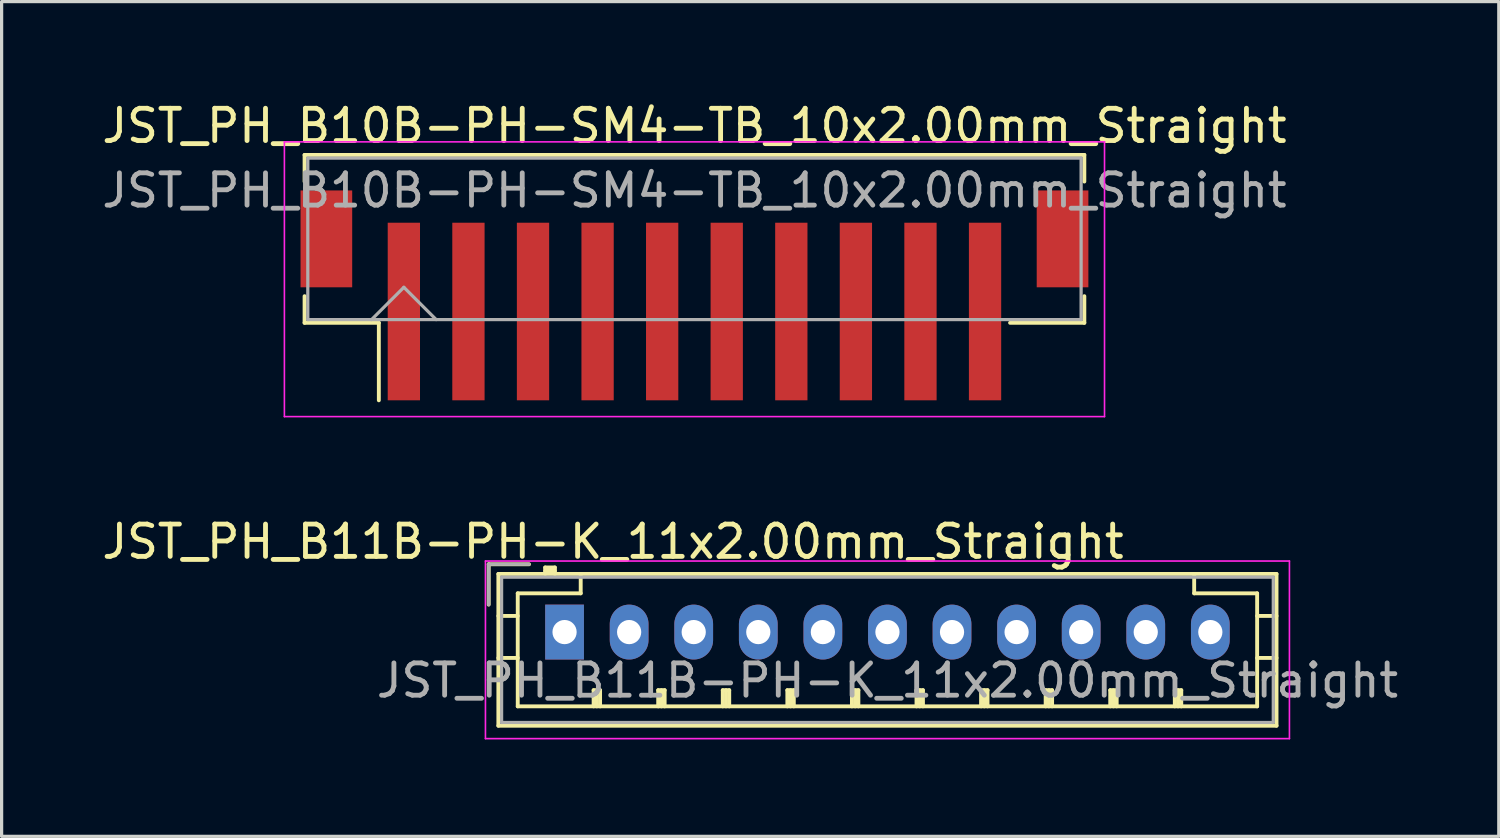
<source format=kicad_pcb>
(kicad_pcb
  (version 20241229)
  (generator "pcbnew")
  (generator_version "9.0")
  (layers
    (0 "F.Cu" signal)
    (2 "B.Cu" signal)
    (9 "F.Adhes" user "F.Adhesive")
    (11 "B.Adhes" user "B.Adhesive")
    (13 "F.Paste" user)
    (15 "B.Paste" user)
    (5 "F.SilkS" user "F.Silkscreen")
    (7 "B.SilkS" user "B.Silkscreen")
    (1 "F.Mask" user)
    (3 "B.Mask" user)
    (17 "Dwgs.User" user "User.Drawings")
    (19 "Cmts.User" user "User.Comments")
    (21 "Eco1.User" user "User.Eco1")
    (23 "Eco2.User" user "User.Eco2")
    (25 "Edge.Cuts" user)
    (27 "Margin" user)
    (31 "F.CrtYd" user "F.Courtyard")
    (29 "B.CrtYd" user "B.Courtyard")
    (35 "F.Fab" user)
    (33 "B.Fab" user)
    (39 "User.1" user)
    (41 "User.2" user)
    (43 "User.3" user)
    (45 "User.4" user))
  (footprint "JST_PH_B10B-PH-SM4-TB_10x2.00mm_Straight"
    (layer "F.Cu")
    (at 18.458 5.473)
    (property "Reference" "JST_PH_B10B-PH-SM4-TB_10x2.00mm_Straight" (at 0 -4.625 0) (layer "F.SilkS") (effects (font (size 1 1) (thickness 0.15))))
    (attr smd)
    (fp_line (start -12.075 -3.725) (end 12.075 -3.725) (stroke (width 0.12) (type solid)) (layer "F.SilkS"))
    (fp_line (start -12.075 -2.9) (end -12.075 -3.725) (stroke (width 0.12) (type solid)) (layer "F.SilkS"))
    (fp_line (start -12.075 0.65) (end -12.075 1.475) (stroke (width 0.12) (type solid)) (layer "F.SilkS"))
    (fp_line (start -12.075 1.475) (end -9.775 1.475) (stroke (width 0.12) (type solid)) (layer "F.SilkS"))
    (fp_line (start -9.775 1.475) (end -9.775 3.875) (stroke (width 0.12) (type solid)) (layer "F.SilkS"))
    (fp_line (start 12.075 -3.725) (end 12.075 -2.9) (stroke (width 0.12) (type solid)) (layer "F.SilkS"))
    (fp_line (start 12.075 0.65) (end 12.075 1.475) (stroke (width 0.12) (type solid)) (layer "F.SilkS"))
    (fp_line (start 12.075 1.475) (end 9.775 1.475) (stroke (width 0.12) (type solid)) (layer "F.SilkS"))
    (fp_line (start -12.7 -4.13) (end -12.7 4.38) (stroke (width 0.05) (type solid)) (layer "F.CrtYd"))
    (fp_line (start -12.7 4.38) (end 12.7 4.38) (stroke (width 0.05) (type solid)) (layer "F.CrtYd"))
    (fp_line (start 12.7 -4.13) (end -12.7 -4.13) (stroke (width 0.05) (type solid)) (layer "F.CrtYd"))
    (fp_line (start 12.7 4.38) (end 12.7 -4.13) (stroke (width 0.05) (type solid)) (layer "F.CrtYd"))
    (fp_line (start -11.975 -3.625) (end -11.975 1.375) (stroke (width 0.1) (type solid)) (layer "F.Fab"))
    (fp_line (start -11.975 1.375) (end 11.975 1.375) (stroke (width 0.1) (type solid)) (layer "F.Fab"))
    (fp_line (start -10 1.375) (end -9 0.375) (stroke (width 0.1) (type solid)) (layer "F.Fab"))
    (fp_line (start -9 0.375) (end -8 1.375) (stroke (width 0.1) (type solid)) (layer "F.Fab"))
    (fp_line (start 11.975 -3.625) (end -11.975 -3.625) (stroke (width 0.1) (type solid)) (layer "F.Fab"))
    (fp_line (start 11.975 1.375) (end 11.975 -3.625) (stroke (width 0.1) (type solid)) (layer "F.Fab"))
    (fp_text user "${REFERENCE}" (at 0 -2.625 0) (layer "F.Fab") (effects (font (size 1 1) (thickness 0.15))))
    (pad "" smd rect (at -11.4 -1.125) (size 1.6 3) (layers "F.Cu" "F.Mask" "F.Paste"))
    (pad "" smd rect (at 11.4 -1.125) (size 1.6 3) (layers "F.Cu" "F.Mask" "F.Paste"))
    (pad "1" smd rect (at -9 1.125) (size 1 5.5) (layers "F.Cu" "F.Mask" "F.Paste"))
    (pad "2" smd rect (at -7 1.125) (size 1 5.5) (layers "F.Cu" "F.Mask" "F.Paste"))
    (pad "3" smd rect (at -5 1.125) (size 1 5.5) (layers "F.Cu" "F.Mask" "F.Paste"))
    (pad "4" smd rect (at -3 1.125) (size 1 5.5) (layers "F.Cu" "F.Mask" "F.Paste"))
    (pad "5" smd rect (at -1 1.125) (size 1 5.5) (layers "F.Cu" "F.Mask" "F.Paste"))
    (pad "6" smd rect (at 1 1.125) (size 1 5.5) (layers "F.Cu" "F.Mask" "F.Paste"))
    (pad "7" smd rect (at 3 1.125) (size 1 5.5) (layers "F.Cu" "F.Mask" "F.Paste"))
    (pad "8" smd rect (at 5 1.125) (size 1 5.5) (layers "F.Cu" "F.Mask" "F.Paste"))
    (pad "9" smd rect (at 7 1.125) (size 1 5.5) (layers "F.Cu" "F.Mask" "F.Paste"))
    (pad "10" smd rect (at 9 1.125) (size 1 5.5) (layers "F.Cu" "F.Mask" "F.Paste")))
  (footprint "JST_PH_B11B-PH-K_11x2.00mm_Straight"
    (layer "F.Cu")
    (at 14.435 16.526)
    (property "Reference" "JST_PH_B11B-PH-K_11x2.00mm_Straight" (at 1.5 -2.8 0) (layer "F.SilkS") (effects (font (size 1 1) (thickness 0.15))))
    (attr through_hole)
    (fp_line (start -2.35 -2.1) (end -2.35 -0.85) (stroke (width 0.12) (type solid)) (layer "F.SilkS"))
    (fp_line (start -2.05 -1.8) (end -2.05 2.9) (stroke (width 0.12) (type solid)) (layer "F.SilkS"))
    (fp_line (start -2.05 -0.5) (end -1.45 -0.5) (stroke (width 0.12) (type solid)) (layer "F.SilkS"))
    (fp_line (start -2.05 0.8) (end -1.45 0.8) (stroke (width 0.12) (type solid)) (layer "F.SilkS"))
    (fp_line (start -2.05 2.9) (end 22.05 2.9) (stroke (width 0.12) (type solid)) (layer "F.SilkS"))
    (fp_line (start -1.45 -1.2) (end -1.45 2.3) (stroke (width 0.12) (type solid)) (layer "F.SilkS"))
    (fp_line (start -1.45 2.3) (end 21.45 2.3) (stroke (width 0.12) (type solid)) (layer "F.SilkS"))
    (fp_line (start -1.1 -2.1) (end -2.35 -2.1) (stroke (width 0.12) (type solid)) (layer "F.SilkS"))
    (fp_line (start -0.6 -2) (end -0.6 -1.8) (stroke (width 0.12) (type solid)) (layer "F.SilkS"))
    (fp_line (start -0.3 -2) (end -0.6 -2) (stroke (width 0.12) (type solid)) (layer "F.SilkS"))
    (fp_line (start -0.3 -1.9) (end -0.6 -1.9) (stroke (width 0.12) (type solid)) (layer "F.SilkS"))
    (fp_line (start -0.3 -1.8) (end -0.3 -2) (stroke (width 0.12) (type solid)) (layer "F.SilkS"))
    (fp_line (start 0.5 -1.8) (end 0.5 -1.2) (stroke (width 0.12) (type solid)) (layer "F.SilkS"))
    (fp_line (start 0.5 -1.2) (end -1.45 -1.2) (stroke (width 0.12) (type solid)) (layer "F.SilkS"))
    (fp_line (start 0.9 1.8) (end 1.1 1.8) (stroke (width 0.12) (type solid)) (layer "F.SilkS"))
    (fp_line (start 0.9 2.3) (end 0.9 1.8) (stroke (width 0.12) (type solid)) (layer "F.SilkS"))
    (fp_line (start 1 2.3) (end 1 1.8) (stroke (width 0.12) (type solid)) (layer "F.SilkS"))
    (fp_line (start 1.1 1.8) (end 1.1 2.3) (stroke (width 0.12) (type solid)) (layer "F.SilkS"))
    (fp_line (start 2.9 1.8) (end 3.1 1.8) (stroke (width 0.12) (type solid)) (layer "F.SilkS"))
    (fp_line (start 2.9 2.3) (end 2.9 1.8) (stroke (width 0.12) (type solid)) (layer "F.SilkS"))
    (fp_line (start 3 2.3) (end 3 1.8) (stroke (width 0.12) (type solid)) (layer "F.SilkS"))
    (fp_line (start 3.1 1.8) (end 3.1 2.3) (stroke (width 0.12) (type solid)) (layer "F.SilkS"))
    (fp_line (start 4.9 1.8) (end 5.1 1.8) (stroke (width 0.12) (type solid)) (layer "F.SilkS"))
    (fp_line (start 4.9 2.3) (end 4.9 1.8) (stroke (width 0.12) (type solid)) (layer "F.SilkS"))
    (fp_line (start 5 2.3) (end 5 1.8) (stroke (width 0.12) (type solid)) (layer "F.SilkS"))
    (fp_line (start 5.1 1.8) (end 5.1 2.3) (stroke (width 0.12) (type solid)) (layer "F.SilkS"))
    (fp_line (start 6.9 1.8) (end 7.1 1.8) (stroke (width 0.12) (type solid)) (layer "F.SilkS"))
    (fp_line (start 6.9 2.3) (end 6.9 1.8) (stroke (width 0.12) (type solid)) (layer "F.SilkS"))
    (fp_line (start 7 2.3) (end 7 1.8) (stroke (width 0.12) (type solid)) (layer "F.SilkS"))
    (fp_line (start 7.1 1.8) (end 7.1 2.3) (stroke (width 0.12) (type solid)) (layer "F.SilkS"))
    (fp_line (start 8.9 1.8) (end 9.1 1.8) (stroke (width 0.12) (type solid)) (layer "F.SilkS"))
    (fp_line (start 8.9 2.3) (end 8.9 1.8) (stroke (width 0.12) (type solid)) (layer "F.SilkS"))
    (fp_line (start 9 2.3) (end 9 1.8) (stroke (width 0.12) (type solid)) (layer "F.SilkS"))
    (fp_line (start 9.1 1.8) (end 9.1 2.3) (stroke (width 0.12) (type solid)) (layer "F.SilkS"))
    (fp_line (start 10.9 1.8) (end 11.1 1.8) (stroke (width 0.12) (type solid)) (layer "F.SilkS"))
    (fp_line (start 10.9 2.3) (end 10.9 1.8) (stroke (width 0.12) (type solid)) (layer "F.SilkS"))
    (fp_line (start 11 2.3) (end 11 1.8) (stroke (width 0.12) (type solid)) (layer "F.SilkS"))
    (fp_line (start 11.1 1.8) (end 11.1 2.3) (stroke (width 0.12) (type solid)) (layer "F.SilkS"))
    (fp_line (start 12.9 1.8) (end 13.1 1.8) (stroke (width 0.12) (type solid)) (layer "F.SilkS"))
    (fp_line (start 12.9 2.3) (end 12.9 1.8) (stroke (width 0.12) (type solid)) (layer "F.SilkS"))
    (fp_line (start 13 2.3) (end 13 1.8) (stroke (width 0.12) (type solid)) (layer "F.SilkS"))
    (fp_line (start 13.1 1.8) (end 13.1 2.3) (stroke (width 0.12) (type solid)) (layer "F.SilkS"))
    (fp_line (start 14.9 1.8) (end 15.1 1.8) (stroke (width 0.12) (type solid)) (layer "F.SilkS"))
    (fp_line (start 14.9 2.3) (end 14.9 1.8) (stroke (width 0.12) (type solid)) (layer "F.SilkS"))
    (fp_line (start 15 2.3) (end 15 1.8) (stroke (width 0.12) (type solid)) (layer "F.SilkS"))
    (fp_line (start 15.1 1.8) (end 15.1 2.3) (stroke (width 0.12) (type solid)) (layer "F.SilkS"))
    (fp_line (start 16.9 1.8) (end 17.1 1.8) (stroke (width 0.12) (type solid)) (layer "F.SilkS"))
    (fp_line (start 16.9 2.3) (end 16.9 1.8) (stroke (width 0.12) (type solid)) (layer "F.SilkS"))
    (fp_line (start 17 2.3) (end 17 1.8) (stroke (width 0.12) (type solid)) (layer "F.SilkS"))
    (fp_line (start 17.1 1.8) (end 17.1 2.3) (stroke (width 0.12) (type solid)) (layer "F.SilkS"))
    (fp_line (start 18.9 1.8) (end 19.1 1.8) (stroke (width 0.12) (type solid)) (layer "F.SilkS"))
    (fp_line (start 18.9 2.3) (end 18.9 1.8) (stroke (width 0.12) (type solid)) (layer "F.SilkS"))
    (fp_line (start 19 2.3) (end 19 1.8) (stroke (width 0.12) (type solid)) (layer "F.SilkS"))
    (fp_line (start 19.1 1.8) (end 19.1 2.3) (stroke (width 0.12) (type solid)) (layer "F.SilkS"))
    (fp_line (start 19.5 -1.2) (end 19.5 -1.8) (stroke (width 0.12) (type solid)) (layer "F.SilkS"))
    (fp_line (start 21.45 -1.2) (end 19.5 -1.2) (stroke (width 0.12) (type solid)) (layer "F.SilkS"))
    (fp_line (start 21.45 2.3) (end 21.45 -1.2) (stroke (width 0.12) (type solid)) (layer "F.SilkS"))
    (fp_line (start 22.05 -1.8) (end -2.05 -1.8) (stroke (width 0.12) (type solid)) (layer "F.SilkS"))
    (fp_line (start 22.05 -0.5) (end 21.45 -0.5) (stroke (width 0.12) (type solid)) (layer "F.SilkS"))
    (fp_line (start 22.05 0.8) (end 21.45 0.8) (stroke (width 0.12) (type solid)) (layer "F.SilkS"))
    (fp_line (start 22.05 2.9) (end 22.05 -1.8) (stroke (width 0.12) (type solid)) (layer "F.SilkS"))
    (fp_line (start -2.45 -2.2) (end -2.45 3.3) (stroke (width 0.05) (type solid)) (layer "F.CrtYd"))
    (fp_line (start -2.45 3.3) (end 22.45 3.3) (stroke (width 0.05) (type solid)) (layer "F.CrtYd"))
    (fp_line (start 22.45 -2.2) (end -2.45 -2.2) (stroke (width 0.05) (type solid)) (layer "F.CrtYd"))
    (fp_line (start 22.45 3.3) (end 22.45 -2.2) (stroke (width 0.05) (type solid)) (layer "F.CrtYd"))
    (fp_line (start -2.35 -2.1) (end -2.35 -0.85) (stroke (width 0.1) (type solid)) (layer "F.Fab"))
    (fp_line (start -1.95 -1.7) (end -1.95 2.8) (stroke (width 0.1) (type solid)) (layer "F.Fab"))
    (fp_line (start -1.95 2.8) (end 21.95 2.8) (stroke (width 0.1) (type solid)) (layer "F.Fab"))
    (fp_line (start -1.1 -2.1) (end -2.35 -2.1) (stroke (width 0.1) (type solid)) (layer "F.Fab"))
    (fp_line (start 21.95 -1.7) (end -1.95 -1.7) (stroke (width 0.1) (type solid)) (layer "F.Fab"))
    (fp_line (start 21.95 2.8) (end 21.95 -1.7) (stroke (width 0.1) (type solid)) (layer "F.Fab"))
    (fp_text user "${REFERENCE}" (at 10 1.5 0) (layer "F.Fab") (effects (font (size 1 1) (thickness 0.15))))
    (pad "1" thru_hole rect (at 0 0) (size 1.2 1.7) (drill 0.75) (layers "*.Cu" "*.Mask"))
    (pad "2" thru_hole oval (at 2 0) (size 1.2 1.7) (drill 0.75) (layers "*.Cu" "*.Mask"))
    (pad "3" thru_hole oval (at 4 0) (size 1.2 1.7) (drill 0.75) (layers "*.Cu" "*.Mask"))
    (pad "4" thru_hole oval (at 6 0) (size 1.2 1.7) (drill 0.75) (layers "*.Cu" "*.Mask"))
    (pad "5" thru_hole oval (at 8 0) (size 1.2 1.7) (drill 0.75) (layers "*.Cu" "*.Mask"))
    (pad "6" thru_hole oval (at 10 0) (size 1.2 1.7) (drill 0.75) (layers "*.Cu" "*.Mask"))
    (pad "7" thru_hole oval (at 12 0) (size 1.2 1.7) (drill 0.75) (layers "*.Cu" "*.Mask"))
    (pad "8" thru_hole oval (at 14 0) (size 1.2 1.7) (drill 0.75) (layers "*.Cu" "*.Mask"))
    (pad "9" thru_hole oval (at 16 0) (size 1.2 1.7) (drill 0.75) (layers "*.Cu" "*.Mask"))
    (pad "10" thru_hole oval (at 18 0) (size 1.2 1.7) (drill 0.75) (layers "*.Cu" "*.Mask"))
    (pad "11" thru_hole oval (at 20 0) (size 1.2 1.7) (drill 0.75) (layers "*.Cu" "*.Mask")))
  (gr_rect
    (start -3 -3)
    (end 43.369 22.852)
    (stroke (width 0.1) (type default))
    (fill no)
    (layer "Edge.Cuts")))
</source>
